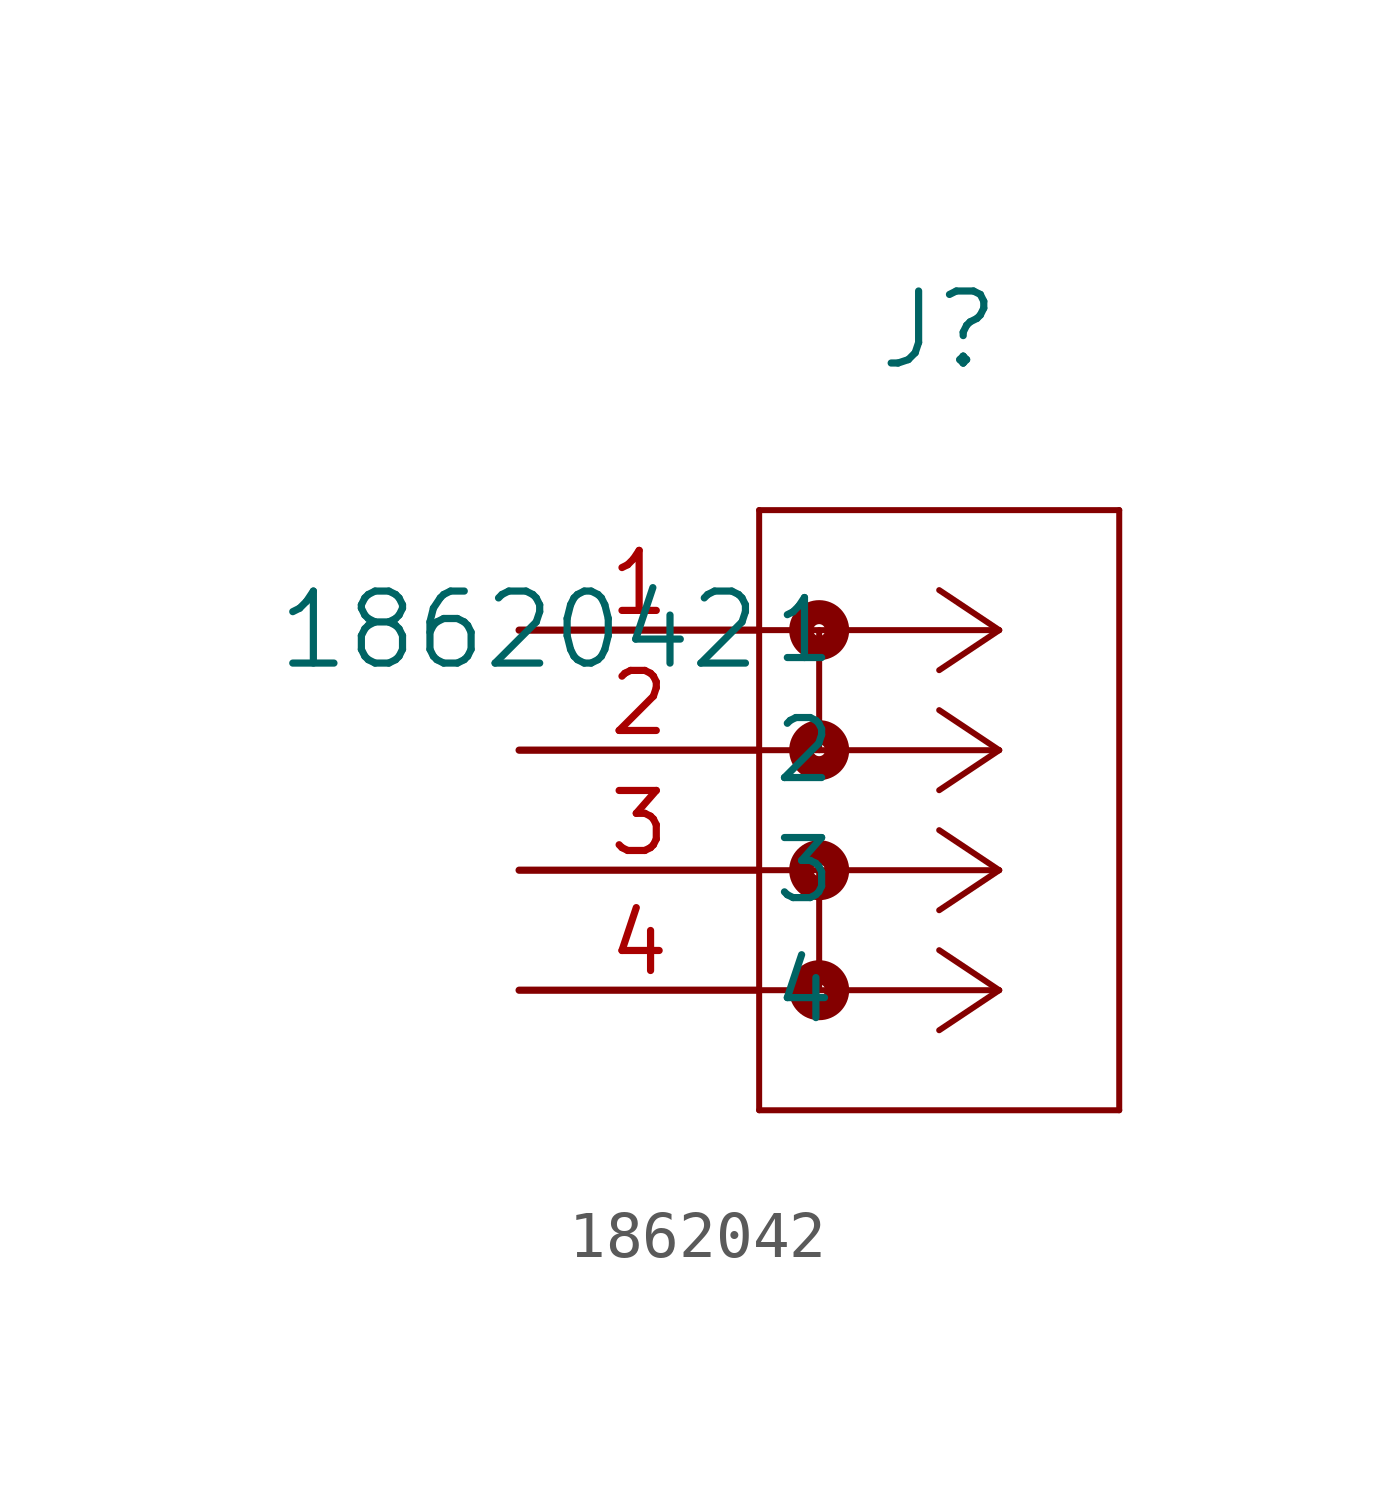
<source format=kicad_sym>
(kicad_symbol_lib
  (version 20211014)
  (generator kicad_symbol_editor)
  (symbol "1862042"
    (pin_names
      (offset 0.254))
    (property "Reference" "J"
      (at 8.89 6.35 0)
      (effects (font (size 1.524 1.524))))
    (property "Value" "1862042"
      (at 0 0 0)
      (effects (font (size 1.524 1.524))))
    (symbol "1862042_0_1"
      (polyline (pts (xy 10.16 -5.08) (xy 5.08 -5.08)) (stroke (width 0.127) (type default) (color 0 0 0 0)) (fill (type none)))
      (polyline (pts (xy 10.16 -7.62) (xy 5.08 -7.62)) (stroke (width 0.127) (type default) (color 0 0 0 0)) (fill (type none)))
      (polyline (pts (xy 10.16 -5.08) (xy 8.89 -4.233)) (stroke (width 0.127) (type default) (color 0 0 0 0)) (fill (type none)))
      (polyline (pts (xy 10.16 -7.62) (xy 8.89 -6.773)) (stroke (width 0.127) (type default) (color 0 0 0 0)) (fill (type none)))
      (polyline (pts (xy 10.16 -5.08) (xy 8.89 -5.927)) (stroke (width 0.127) (type default) (color 0 0 0 0)) (fill (type none)))
      (polyline (pts (xy 10.16 -7.62) (xy 8.89 -8.467)) (stroke (width 0.127) (type default) (color 0 0 0 0)) (fill (type none)))
      (circle (center 6.35 -5.08) (radius 0.127) (stroke (width 0.508) (type default) (color 0 0 0 0)) (fill (type none)))
      (circle (center 6.35 -7.62) (radius 0.127) (stroke (width 0.508) (type default) (color 0 0 0 0)) (fill (type none)))
      (polyline (pts (xy 6.35 -5.08) (xy 6.35 -7.62)) (stroke (width 0.127) (type default) (color 0 0 0 0)) (fill (type none)))
      (polyline (pts (xy 10.16 0) (xy 5.08 0)) (stroke (width 0.127) (type default) (color 0 0 0 0)) (fill (type none)))
      (polyline (pts (xy 10.16 -2.54) (xy 5.08 -2.54)) (stroke (width 0.127) (type default) (color 0 0 0 0)) (fill (type none)))
      (polyline (pts (xy 10.16 0) (xy 8.89 0.847)) (stroke (width 0.127) (type default) (color 0 0 0 0)) (fill (type none)))
      (polyline (pts (xy 5.08 2.54) (xy 5.08 -10.16)) (stroke (width 0.127) (type default) (color 0 0 0 0)) (fill (type none)))
      (polyline (pts (xy 5.08 -10.16) (xy 12.7 -10.16)) (stroke (width 0.127) (type default) (color 0 0 0 0)) (fill (type none)))
      (polyline (pts (xy 12.7 -10.16) (xy 12.7 2.54)) (stroke (width 0.127) (type default) (color 0 0 0 0)) (fill (type none)))
      (polyline (pts (xy 12.7 2.54) (xy 5.08 2.54)) (stroke (width 0.127) (type default) (color 0 0 0 0)) (fill (type none)))
      (polyline (pts (xy 10.16 -2.54) (xy 8.89 -1.693)) (stroke (width 0.127) (type default) (color 0 0 0 0)) (fill (type none)))
      (polyline (pts (xy 10.16 0) (xy 8.89 -0.847)) (stroke (width 0.127) (type default) (color 0 0 0 0)) (fill (type none)))
      (polyline (pts (xy 10.16 -2.54) (xy 8.89 -3.387)) (stroke (width 0.127) (type default) (color 0 0 0 0)) (fill (type none)))
      (circle (center 6.35 0) (radius 0.127) (stroke (width 0.508) (type default) (color 0 0 0 0)) (fill (type none)))
      (circle (center 6.35 -2.54) (radius 0.127) (stroke (width 0.508) (type default) (color 0 0 0 0)) (fill (type none)))
      (polyline (pts (xy 6.35 0) (xy 6.35 -2.54)) (stroke (width 0.127) (type default) (color 0 0 0 0)) (fill (type none)))
      (pin unspecified line (at 0 0 0) (length 5.08) (name "1" (effects (font (size 1.27 1.27)))) (number "1" (effects (font (size 1.27 1.27)))))
      (pin unspecified line (at 0 -2.54 0) (length 5.08) (name "2" (effects (font (size 1.27 1.27)))) (number "2" (effects (font (size 1.27 1.27)))))
      (pin unspecified line (at 0 -5.08 0) (length 5.08) (name "3" (effects (font (size 1.27 1.27)))) (number "3" (effects (font (size 1.27 1.27)))))
      (pin unspecified line (at 0 -7.62 0) (length 5.08) (name "4" (effects (font (size 1.27 1.27)))) (number "4" (effects (font (size 1.27 1.27))))))))
</source>
